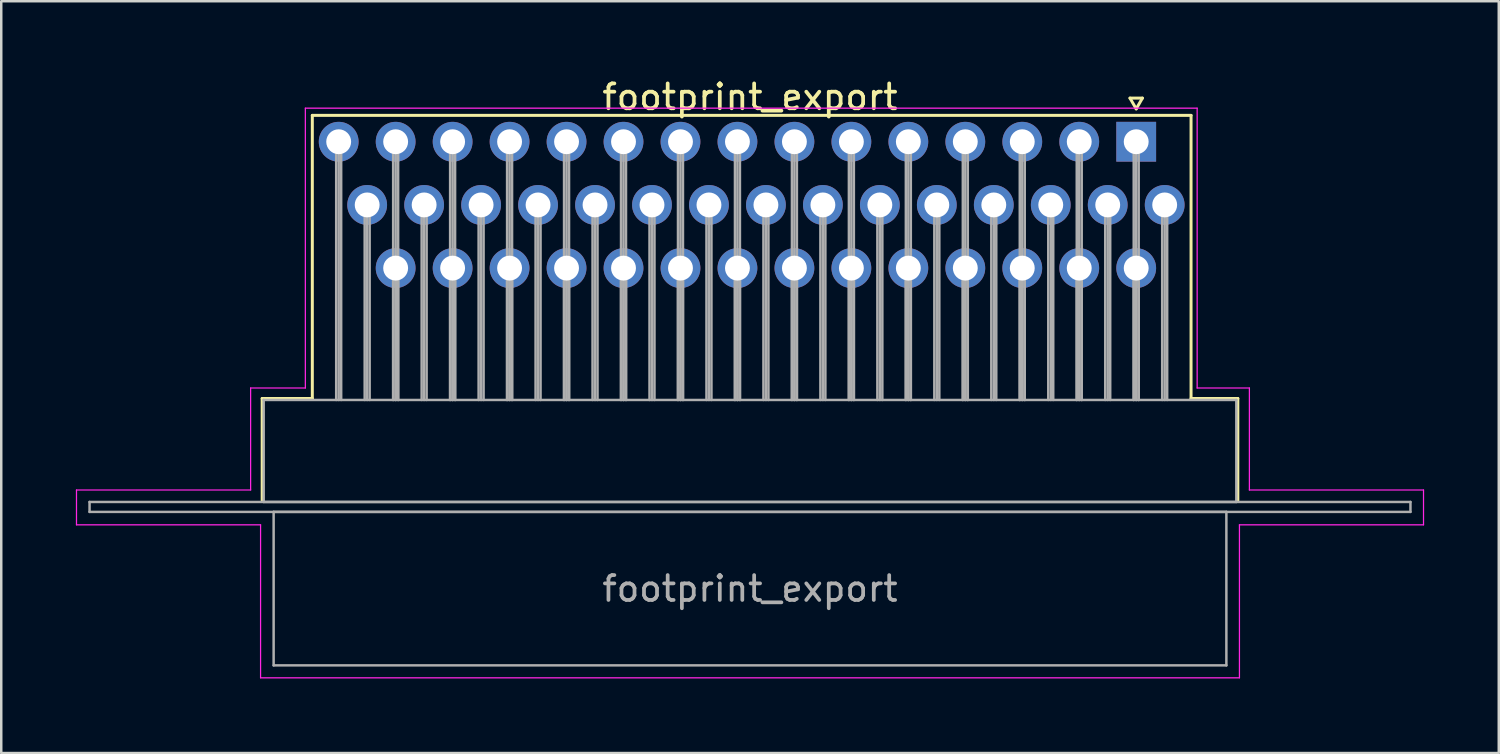
<source format=kicad_pcb>
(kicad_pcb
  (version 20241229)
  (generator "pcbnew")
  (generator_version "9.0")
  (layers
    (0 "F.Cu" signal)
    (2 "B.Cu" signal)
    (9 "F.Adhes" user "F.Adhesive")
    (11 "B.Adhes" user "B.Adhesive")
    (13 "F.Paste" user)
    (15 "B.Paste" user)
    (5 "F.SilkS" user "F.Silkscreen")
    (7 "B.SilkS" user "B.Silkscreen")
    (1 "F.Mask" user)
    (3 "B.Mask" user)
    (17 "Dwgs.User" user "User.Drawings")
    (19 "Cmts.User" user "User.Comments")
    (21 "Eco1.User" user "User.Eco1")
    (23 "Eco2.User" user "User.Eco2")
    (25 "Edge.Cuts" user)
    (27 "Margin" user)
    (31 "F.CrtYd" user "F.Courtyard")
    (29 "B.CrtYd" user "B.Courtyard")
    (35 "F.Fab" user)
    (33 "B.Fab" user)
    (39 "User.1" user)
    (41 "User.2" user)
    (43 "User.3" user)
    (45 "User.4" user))
  (footprint "footprint_export"
    (layer "F.Cu")
    (at 42.625 2.648)
    (property "Reference" "footprint_export" (at -15.525 -1.8 0) (layer "F.SilkS") (effects (font (size 1 1) (thickness 0.15))))
    (attr through_hole)
    (fp_line (start -35.135 10.32) (end -33.12 10.32) (stroke (width 0.12) (type solid)) (layer "F.SilkS"))
    (fp_line (start -35.135 14.42) (end -35.135 10.32) (stroke (width 0.12) (type solid)) (layer "F.SilkS"))
    (fp_line (start -33.12 -1.06) (end 2.205 -1.06) (stroke (width 0.12) (type solid)) (layer "F.SilkS"))
    (fp_line (start -33.12 10.32) (end -33.12 -1.06) (stroke (width 0.12) (type solid)) (layer "F.SilkS"))
    (fp_line (start -0.25 -1.754) (end 0.25 -1.754) (stroke (width 0.12) (type solid)) (layer "F.SilkS"))
    (fp_line (start 0 -1.321) (end -0.25 -1.754) (stroke (width 0.12) (type solid)) (layer "F.SilkS"))
    (fp_line (start 0.25 -1.754) (end 0 -1.321) (stroke (width 0.12) (type solid)) (layer "F.SilkS"))
    (fp_line (start 2.205 -1.06) (end 2.205 10.32) (stroke (width 0.12) (type solid)) (layer "F.SilkS"))
    (fp_line (start 2.205 10.32) (end 4.085 10.32) (stroke (width 0.12) (type solid)) (layer "F.SilkS"))
    (fp_line (start 4.085 10.32) (end 4.085 14.42) (stroke (width 0.12) (type solid)) (layer "F.SilkS"))
    (fp_line (start -42.6 14) (end -35.6 14) (stroke (width 0.05) (type solid)) (layer "F.CrtYd"))
    (fp_line (start -42.6 15.4) (end -42.6 14) (stroke (width 0.05) (type solid)) (layer "F.CrtYd"))
    (fp_line (start -35.6 9.9) (end -33.4 9.9) (stroke (width 0.05) (type solid)) (layer "F.CrtYd"))
    (fp_line (start -35.6 14) (end -35.6 9.9) (stroke (width 0.05) (type solid)) (layer "F.CrtYd"))
    (fp_line (start -35.2 15.4) (end -42.6 15.4) (stroke (width 0.05) (type solid)) (layer "F.CrtYd"))
    (fp_line (start -35.2 21.55) (end -35.2 15.4) (stroke (width 0.05) (type solid)) (layer "F.CrtYd"))
    (fp_line (start -33.4 -1.35) (end 2.45 -1.35) (stroke (width 0.05) (type solid)) (layer "F.CrtYd"))
    (fp_line (start -33.4 9.9) (end -33.4 -1.35) (stroke (width 0.05) (type solid)) (layer "F.CrtYd"))
    (fp_line (start 2.45 -1.35) (end 2.45 9.9) (stroke (width 0.05) (type solid)) (layer "F.CrtYd"))
    (fp_line (start 2.45 9.9) (end 4.55 9.9) (stroke (width 0.05) (type solid)) (layer "F.CrtYd"))
    (fp_line (start 4.15 15.4) (end 4.15 21.55) (stroke (width 0.05) (type solid)) (layer "F.CrtYd"))
    (fp_line (start 4.15 21.55) (end -35.2 21.55) (stroke (width 0.05) (type solid)) (layer "F.CrtYd"))
    (fp_line (start 4.55 9.9) (end 4.55 14) (stroke (width 0.05) (type solid)) (layer "F.CrtYd"))
    (fp_line (start 4.55 14) (end 11.55 14) (stroke (width 0.05) (type solid)) (layer "F.CrtYd"))
    (fp_line (start 11.55 14) (end 11.55 15.4) (stroke (width 0.05) (type solid)) (layer "F.CrtYd"))
    (fp_line (start 11.55 15.4) (end 4.15 15.4) (stroke (width 0.05) (type solid)) (layer "F.CrtYd"))
    (fp_line (start -42.075 14.48) (end -42.075 14.88) (stroke (width 0.1) (type solid)) (layer "F.Fab"))
    (fp_line (start -42.075 14.88) (end 11.025 14.88) (stroke (width 0.1) (type solid)) (layer "F.Fab"))
    (fp_line (start -35.075 10.38) (end -35.075 14.48) (stroke (width 0.1) (type solid)) (layer "F.Fab"))
    (fp_line (start -35.075 14.48) (end 4.025 14.48) (stroke (width 0.1) (type solid)) (layer "F.Fab"))
    (fp_line (start -34.675 14.88) (end -34.675 21.05) (stroke (width 0.1) (type solid)) (layer "F.Fab"))
    (fp_line (start -34.675 21.05) (end 3.625 21.05) (stroke (width 0.1) (type solid)) (layer "F.Fab"))
    (fp_line (start -32.16 0) (end -32.16 10.38) (stroke (width 0.1) (type solid)) (layer "F.Fab"))
    (fp_line (start -32.06 0) (end -32.06 10.38) (stroke (width 0.1) (type solid)) (layer "F.Fab"))
    (fp_line (start -31.96 0) (end -31.96 10.38) (stroke (width 0.1) (type solid)) (layer "F.Fab"))
    (fp_line (start -31.015 2.54) (end -31.015 10.38) (stroke (width 0.1) (type solid)) (layer "F.Fab"))
    (fp_line (start -30.915 2.54) (end -30.915 10.38) (stroke (width 0.1) (type solid)) (layer "F.Fab"))
    (fp_line (start -30.815 2.54) (end -30.815 10.38) (stroke (width 0.1) (type solid)) (layer "F.Fab"))
    (fp_line (start -29.87 0) (end -29.87 10.38) (stroke (width 0.1) (type solid)) (layer "F.Fab"))
    (fp_line (start -29.87 5.08) (end -29.87 10.38) (stroke (width 0.1) (type solid)) (layer "F.Fab"))
    (fp_line (start -29.77 0) (end -29.77 10.38) (stroke (width 0.1) (type solid)) (layer "F.Fab"))
    (fp_line (start -29.77 5.08) (end -29.77 10.38) (stroke (width 0.1) (type solid)) (layer "F.Fab"))
    (fp_line (start -29.67 0) (end -29.67 10.38) (stroke (width 0.1) (type solid)) (layer "F.Fab"))
    (fp_line (start -29.67 5.08) (end -29.67 10.38) (stroke (width 0.1) (type solid)) (layer "F.Fab"))
    (fp_line (start -28.725 2.54) (end -28.725 10.38) (stroke (width 0.1) (type solid)) (layer "F.Fab"))
    (fp_line (start -28.625 2.54) (end -28.625 10.38) (stroke (width 0.1) (type solid)) (layer "F.Fab"))
    (fp_line (start -28.525 2.54) (end -28.525 10.38) (stroke (width 0.1) (type solid)) (layer "F.Fab"))
    (fp_line (start -27.58 0) (end -27.58 10.38) (stroke (width 0.1) (type solid)) (layer "F.Fab"))
    (fp_line (start -27.58 5.08) (end -27.58 10.38) (stroke (width 0.1) (type solid)) (layer "F.Fab"))
    (fp_line (start -27.48 0) (end -27.48 10.38) (stroke (width 0.1) (type solid)) (layer "F.Fab"))
    (fp_line (start -27.48 5.08) (end -27.48 10.38) (stroke (width 0.1) (type solid)) (layer "F.Fab"))
    (fp_line (start -27.38 0) (end -27.38 10.38) (stroke (width 0.1) (type solid)) (layer "F.Fab"))
    (fp_line (start -27.38 5.08) (end -27.38 10.38) (stroke (width 0.1) (type solid)) (layer "F.Fab"))
    (fp_line (start -26.435 2.54) (end -26.435 10.38) (stroke (width 0.1) (type solid)) (layer "F.Fab"))
    (fp_line (start -26.335 2.54) (end -26.335 10.38) (stroke (width 0.1) (type solid)) (layer "F.Fab"))
    (fp_line (start -26.235 2.54) (end -26.235 10.38) (stroke (width 0.1) (type solid)) (layer "F.Fab"))
    (fp_line (start -25.29 0) (end -25.29 10.38) (stroke (width 0.1) (type solid)) (layer "F.Fab"))
    (fp_line (start -25.29 5.08) (end -25.29 10.38) (stroke (width 0.1) (type solid)) (layer "F.Fab"))
    (fp_line (start -25.19 0) (end -25.19 10.38) (stroke (width 0.1) (type solid)) (layer "F.Fab"))
    (fp_line (start -25.19 5.08) (end -25.19 10.38) (stroke (width 0.1) (type solid)) (layer "F.Fab"))
    (fp_line (start -25.09 0) (end -25.09 10.38) (stroke (width 0.1) (type solid)) (layer "F.Fab"))
    (fp_line (start -25.09 5.08) (end -25.09 10.38) (stroke (width 0.1) (type solid)) (layer "F.Fab"))
    (fp_line (start -24.145 2.54) (end -24.145 10.38) (stroke (width 0.1) (type solid)) (layer "F.Fab"))
    (fp_line (start -24.045 2.54) (end -24.045 10.38) (stroke (width 0.1) (type solid)) (layer "F.Fab"))
    (fp_line (start -23.945 2.54) (end -23.945 10.38) (stroke (width 0.1) (type solid)) (layer "F.Fab"))
    (fp_line (start -23 0) (end -23 10.38) (stroke (width 0.1) (type solid)) (layer "F.Fab"))
    (fp_line (start -23 5.08) (end -23 10.38) (stroke (width 0.1) (type solid)) (layer "F.Fab"))
    (fp_line (start -22.9 0) (end -22.9 10.38) (stroke (width 0.1) (type solid)) (layer "F.Fab"))
    (fp_line (start -22.9 5.08) (end -22.9 10.38) (stroke (width 0.1) (type solid)) (layer "F.Fab"))
    (fp_line (start -22.8 0) (end -22.8 10.38) (stroke (width 0.1) (type solid)) (layer "F.Fab"))
    (fp_line (start -22.8 5.08) (end -22.8 10.38) (stroke (width 0.1) (type solid)) (layer "F.Fab"))
    (fp_line (start -21.855 2.54) (end -21.855 10.38) (stroke (width 0.1) (type solid)) (layer "F.Fab"))
    (fp_line (start -21.755 2.54) (end -21.755 10.38) (stroke (width 0.1) (type solid)) (layer "F.Fab"))
    (fp_line (start -21.655 2.54) (end -21.655 10.38) (stroke (width 0.1) (type solid)) (layer "F.Fab"))
    (fp_line (start -20.71 0) (end -20.71 10.38) (stroke (width 0.1) (type solid)) (layer "F.Fab"))
    (fp_line (start -20.71 5.08) (end -20.71 10.38) (stroke (width 0.1) (type solid)) (layer "F.Fab"))
    (fp_line (start -20.61 0) (end -20.61 10.38) (stroke (width 0.1) (type solid)) (layer "F.Fab"))
    (fp_line (start -20.61 5.08) (end -20.61 10.38) (stroke (width 0.1) (type solid)) (layer "F.Fab"))
    (fp_line (start -20.51 0) (end -20.51 10.38) (stroke (width 0.1) (type solid)) (layer "F.Fab"))
    (fp_line (start -20.51 5.08) (end -20.51 10.38) (stroke (width 0.1) (type solid)) (layer "F.Fab"))
    (fp_line (start -19.565 2.54) (end -19.565 10.38) (stroke (width 0.1) (type solid)) (layer "F.Fab"))
    (fp_line (start -19.465 2.54) (end -19.465 10.38) (stroke (width 0.1) (type solid)) (layer "F.Fab"))
    (fp_line (start -19.365 2.54) (end -19.365 10.38) (stroke (width 0.1) (type solid)) (layer "F.Fab"))
    (fp_line (start -18.42 0) (end -18.42 10.38) (stroke (width 0.1) (type solid)) (layer "F.Fab"))
    (fp_line (start -18.42 5.08) (end -18.42 10.38) (stroke (width 0.1) (type solid)) (layer "F.Fab"))
    (fp_line (start -18.32 0) (end -18.32 10.38) (stroke (width 0.1) (type solid)) (layer "F.Fab"))
    (fp_line (start -18.32 5.08) (end -18.32 10.38) (stroke (width 0.1) (type solid)) (layer "F.Fab"))
    (fp_line (start -18.22 0) (end -18.22 10.38) (stroke (width 0.1) (type solid)) (layer "F.Fab"))
    (fp_line (start -18.22 5.08) (end -18.22 10.38) (stroke (width 0.1) (type solid)) (layer "F.Fab"))
    (fp_line (start -17.275 2.54) (end -17.275 10.38) (stroke (width 0.1) (type solid)) (layer "F.Fab"))
    (fp_line (start -17.175 2.54) (end -17.175 10.38) (stroke (width 0.1) (type solid)) (layer "F.Fab"))
    (fp_line (start -17.075 2.54) (end -17.075 10.38) (stroke (width 0.1) (type solid)) (layer "F.Fab"))
    (fp_line (start -16.13 0) (end -16.13 10.38) (stroke (width 0.1) (type solid)) (layer "F.Fab"))
    (fp_line (start -16.13 5.08) (end -16.13 10.38) (stroke (width 0.1) (type solid)) (layer "F.Fab"))
    (fp_line (start -16.03 0) (end -16.03 10.38) (stroke (width 0.1) (type solid)) (layer "F.Fab"))
    (fp_line (start -16.03 5.08) (end -16.03 10.38) (stroke (width 0.1) (type solid)) (layer "F.Fab"))
    (fp_line (start -15.93 0) (end -15.93 10.38) (stroke (width 0.1) (type solid)) (layer "F.Fab"))
    (fp_line (start -15.93 5.08) (end -15.93 10.38) (stroke (width 0.1) (type solid)) (layer "F.Fab"))
    (fp_line (start -14.985 2.54) (end -14.985 10.38) (stroke (width 0.1) (type solid)) (layer "F.Fab"))
    (fp_line (start -14.885 2.54) (end -14.885 10.38) (stroke (width 0.1) (type solid)) (layer "F.Fab"))
    (fp_line (start -14.785 2.54) (end -14.785 10.38) (stroke (width 0.1) (type solid)) (layer "F.Fab"))
    (fp_line (start -13.84 0) (end -13.84 10.38) (stroke (width 0.1) (type solid)) (layer "F.Fab"))
    (fp_line (start -13.84 5.08) (end -13.84 10.38) (stroke (width 0.1) (type solid)) (layer "F.Fab"))
    (fp_line (start -13.74 0) (end -13.74 10.38) (stroke (width 0.1) (type solid)) (layer "F.Fab"))
    (fp_line (start -13.74 5.08) (end -13.74 10.38) (stroke (width 0.1) (type solid)) (layer "F.Fab"))
    (fp_line (start -13.64 0) (end -13.64 10.38) (stroke (width 0.1) (type solid)) (layer "F.Fab"))
    (fp_line (start -13.64 5.08) (end -13.64 10.38) (stroke (width 0.1) (type solid)) (layer "F.Fab"))
    (fp_line (start -12.695 2.54) (end -12.695 10.38) (stroke (width 0.1) (type solid)) (layer "F.Fab"))
    (fp_line (start -12.595 2.54) (end -12.595 10.38) (stroke (width 0.1) (type solid)) (layer "F.Fab"))
    (fp_line (start -12.495 2.54) (end -12.495 10.38) (stroke (width 0.1) (type solid)) (layer "F.Fab"))
    (fp_line (start -11.55 0) (end -11.55 10.38) (stroke (width 0.1) (type solid)) (layer "F.Fab"))
    (fp_line (start -11.55 5.08) (end -11.55 10.38) (stroke (width 0.1) (type solid)) (layer "F.Fab"))
    (fp_line (start -11.45 0) (end -11.45 10.38) (stroke (width 0.1) (type solid)) (layer "F.Fab"))
    (fp_line (start -11.45 5.08) (end -11.45 10.38) (stroke (width 0.1) (type solid)) (layer "F.Fab"))
    (fp_line (start -11.35 0) (end -11.35 10.38) (stroke (width 0.1) (type solid)) (layer "F.Fab"))
    (fp_line (start -11.35 5.08) (end -11.35 10.38) (stroke (width 0.1) (type solid)) (layer "F.Fab"))
    (fp_line (start -10.405 2.54) (end -10.405 10.38) (stroke (width 0.1) (type solid)) (layer "F.Fab"))
    (fp_line (start -10.305 2.54) (end -10.305 10.38) (stroke (width 0.1) (type solid)) (layer "F.Fab"))
    (fp_line (start -10.205 2.54) (end -10.205 10.38) (stroke (width 0.1) (type solid)) (layer "F.Fab"))
    (fp_line (start -9.26 0) (end -9.26 10.38) (stroke (width 0.1) (type solid)) (layer "F.Fab"))
    (fp_line (start -9.26 5.08) (end -9.26 10.38) (stroke (width 0.1) (type solid)) (layer "F.Fab"))
    (fp_line (start -9.16 0) (end -9.16 10.38) (stroke (width 0.1) (type solid)) (layer "F.Fab"))
    (fp_line (start -9.16 5.08) (end -9.16 10.38) (stroke (width 0.1) (type solid)) (layer "F.Fab"))
    (fp_line (start -9.06 0) (end -9.06 10.38) (stroke (width 0.1) (type solid)) (layer "F.Fab"))
    (fp_line (start -9.06 5.08) (end -9.06 10.38) (stroke (width 0.1) (type solid)) (layer "F.Fab"))
    (fp_line (start -8.115 2.54) (end -8.115 10.38) (stroke (width 0.1) (type solid)) (layer "F.Fab"))
    (fp_line (start -8.015 2.54) (end -8.015 10.38) (stroke (width 0.1) (type solid)) (layer "F.Fab"))
    (fp_line (start -7.915 2.54) (end -7.915 10.38) (stroke (width 0.1) (type solid)) (layer "F.Fab"))
    (fp_line (start -6.97 0) (end -6.97 10.38) (stroke (width 0.1) (type solid)) (layer "F.Fab"))
    (fp_line (start -6.97 5.08) (end -6.97 10.38) (stroke (width 0.1) (type solid)) (layer "F.Fab"))
    (fp_line (start -6.87 0) (end -6.87 10.38) (stroke (width 0.1) (type solid)) (layer "F.Fab"))
    (fp_line (start -6.87 5.08) (end -6.87 10.38) (stroke (width 0.1) (type solid)) (layer "F.Fab"))
    (fp_line (start -6.77 0) (end -6.77 10.38) (stroke (width 0.1) (type solid)) (layer "F.Fab"))
    (fp_line (start -6.77 5.08) (end -6.77 10.38) (stroke (width 0.1) (type solid)) (layer "F.Fab"))
    (fp_line (start -5.825 2.54) (end -5.825 10.38) (stroke (width 0.1) (type solid)) (layer "F.Fab"))
    (fp_line (start -5.725 2.54) (end -5.725 10.38) (stroke (width 0.1) (type solid)) (layer "F.Fab"))
    (fp_line (start -5.625 2.54) (end -5.625 10.38) (stroke (width 0.1) (type solid)) (layer "F.Fab"))
    (fp_line (start -4.68 0) (end -4.68 10.38) (stroke (width 0.1) (type solid)) (layer "F.Fab"))
    (fp_line (start -4.68 5.08) (end -4.68 10.38) (stroke (width 0.1) (type solid)) (layer "F.Fab"))
    (fp_line (start -4.58 0) (end -4.58 10.38) (stroke (width 0.1) (type solid)) (layer "F.Fab"))
    (fp_line (start -4.58 5.08) (end -4.58 10.38) (stroke (width 0.1) (type solid)) (layer "F.Fab"))
    (fp_line (start -4.48 0) (end -4.48 10.38) (stroke (width 0.1) (type solid)) (layer "F.Fab"))
    (fp_line (start -4.48 5.08) (end -4.48 10.38) (stroke (width 0.1) (type solid)) (layer "F.Fab"))
    (fp_line (start -3.535 2.54) (end -3.535 10.38) (stroke (width 0.1) (type solid)) (layer "F.Fab"))
    (fp_line (start -3.435 2.54) (end -3.435 10.38) (stroke (width 0.1) (type solid)) (layer "F.Fab"))
    (fp_line (start -3.335 2.54) (end -3.335 10.38) (stroke (width 0.1) (type solid)) (layer "F.Fab"))
    (fp_line (start -2.39 0) (end -2.39 10.38) (stroke (width 0.1) (type solid)) (layer "F.Fab"))
    (fp_line (start -2.39 5.08) (end -2.39 10.38) (stroke (width 0.1) (type solid)) (layer "F.Fab"))
    (fp_line (start -2.29 0) (end -2.29 10.38) (stroke (width 0.1) (type solid)) (layer "F.Fab"))
    (fp_line (start -2.29 5.08) (end -2.29 10.38) (stroke (width 0.1) (type solid)) (layer "F.Fab"))
    (fp_line (start -2.19 0) (end -2.19 10.38) (stroke (width 0.1) (type solid)) (layer "F.Fab"))
    (fp_line (start -2.19 5.08) (end -2.19 10.38) (stroke (width 0.1) (type solid)) (layer "F.Fab"))
    (fp_line (start -1.245 2.54) (end -1.245 10.38) (stroke (width 0.1) (type solid)) (layer "F.Fab"))
    (fp_line (start -1.145 2.54) (end -1.145 10.38) (stroke (width 0.1) (type solid)) (layer "F.Fab"))
    (fp_line (start -1.045 2.54) (end -1.045 10.38) (stroke (width 0.1) (type solid)) (layer "F.Fab"))
    (fp_line (start -0.1 0) (end -0.1 10.38) (stroke (width 0.1) (type solid)) (layer "F.Fab"))
    (fp_line (start -0.1 5.08) (end -0.1 10.38) (stroke (width 0.1) (type solid)) (layer "F.Fab"))
    (fp_line (start 0 0) (end 0 10.38) (stroke (width 0.1) (type solid)) (layer "F.Fab"))
    (fp_line (start 0 5.08) (end 0 10.38) (stroke (width 0.1) (type solid)) (layer "F.Fab"))
    (fp_line (start 0.1 0) (end 0.1 10.38) (stroke (width 0.1) (type solid)) (layer "F.Fab"))
    (fp_line (start 0.1 5.08) (end 0.1 10.38) (stroke (width 0.1) (type solid)) (layer "F.Fab"))
    (fp_line (start 1.045 2.54) (end 1.045 10.38) (stroke (width 0.1) (type solid)) (layer "F.Fab"))
    (fp_line (start 1.145 2.54) (end 1.145 10.38) (stroke (width 0.1) (type solid)) (layer "F.Fab"))
    (fp_line (start 1.245 2.54) (end 1.245 10.38) (stroke (width 0.1) (type solid)) (layer "F.Fab"))
    (fp_line (start 3.625 14.88) (end -34.675 14.88) (stroke (width 0.1) (type solid)) (layer "F.Fab"))
    (fp_line (start 3.625 21.05) (end 3.625 14.88) (stroke (width 0.1) (type solid)) (layer "F.Fab"))
    (fp_line (start 4.025 10.38) (end -35.075 10.38) (stroke (width 0.1) (type solid)) (layer "F.Fab"))
    (fp_line (start 4.025 14.48) (end 4.025 10.38) (stroke (width 0.1) (type solid)) (layer "F.Fab"))
    (fp_line (start 11.025 14.48) (end -42.075 14.48) (stroke (width 0.1) (type solid)) (layer "F.Fab"))
    (fp_line (start 11.025 14.88) (end 11.025 14.48) (stroke (width 0.1) (type solid)) (layer "F.Fab"))
    (fp_text user "${REFERENCE}" (at -15.525 17.965 0) (layer "F.Fab") (effects (font (size 1 1) (thickness 0.15))))
    (pad "1" thru_hole rect (at 0 0) (size 1.6 1.6) (drill 1) (layers "*.Cu" "*.Mask"))
    (pad "2" thru_hole circle (at -2.29 0) (size 1.6 1.6) (drill 1) (layers "*.Cu" "*.Mask"))
    (pad "3" thru_hole circle (at -4.58 0) (size 1.6 1.6) (drill 1) (layers "*.Cu" "*.Mask"))
    (pad "4" thru_hole circle (at -6.87 0) (size 1.6 1.6) (drill 1) (layers "*.Cu" "*.Mask"))
    (pad "5" thru_hole circle (at -9.16 0) (size 1.6 1.6) (drill 1) (layers "*.Cu" "*.Mask"))
    (pad "6" thru_hole circle (at -11.45 0) (size 1.6 1.6) (drill 1) (layers "*.Cu" "*.Mask"))
    (pad "7" thru_hole circle (at -13.74 0) (size 1.6 1.6) (drill 1) (layers "*.Cu" "*.Mask"))
    (pad "8" thru_hole circle (at -16.03 0) (size 1.6 1.6) (drill 1) (layers "*.Cu" "*.Mask"))
    (pad "9" thru_hole circle (at -18.32 0) (size 1.6 1.6) (drill 1) (layers "*.Cu" "*.Mask"))
    (pad "10" thru_hole circle (at -20.61 0) (size 1.6 1.6) (drill 1) (layers "*.Cu" "*.Mask"))
    (pad "11" thru_hole circle (at -22.9 0) (size 1.6 1.6) (drill 1) (layers "*.Cu" "*.Mask"))
    (pad "12" thru_hole circle (at -25.19 0) (size 1.6 1.6) (drill 1) (layers "*.Cu" "*.Mask"))
    (pad "13" thru_hole circle (at -27.48 0) (size 1.6 1.6) (drill 1) (layers "*.Cu" "*.Mask"))
    (pad "14" thru_hole circle (at -29.77 0) (size 1.6 1.6) (drill 1) (layers "*.Cu" "*.Mask"))
    (pad "15" thru_hole circle (at -32.06 0) (size 1.6 1.6) (drill 1) (layers "*.Cu" "*.Mask"))
    (pad "16" thru_hole circle (at 1.145 2.54) (size 1.6 1.6) (drill 1) (layers "*.Cu" "*.Mask"))
    (pad "17" thru_hole circle (at -1.145 2.54) (size 1.6 1.6) (drill 1) (layers "*.Cu" "*.Mask"))
    (pad "18" thru_hole circle (at -3.435 2.54) (size 1.6 1.6) (drill 1) (layers "*.Cu" "*.Mask"))
    (pad "19" thru_hole circle (at -5.725 2.54) (size 1.6 1.6) (drill 1) (layers "*.Cu" "*.Mask"))
    (pad "20" thru_hole circle (at -8.015 2.54) (size 1.6 1.6) (drill 1) (layers "*.Cu" "*.Mask"))
    (pad "21" thru_hole circle (at -10.305 2.54) (size 1.6 1.6) (drill 1) (layers "*.Cu" "*.Mask"))
    (pad "22" thru_hole circle (at -12.595 2.54) (size 1.6 1.6) (drill 1) (layers "*.Cu" "*.Mask"))
    (pad "23" thru_hole circle (at -14.885 2.54) (size 1.6 1.6) (drill 1) (layers "*.Cu" "*.Mask"))
    (pad "24" thru_hole circle (at -17.175 2.54) (size 1.6 1.6) (drill 1) (layers "*.Cu" "*.Mask"))
    (pad "25" thru_hole circle (at -19.465 2.54) (size 1.6 1.6) (drill 1) (layers "*.Cu" "*.Mask"))
    (pad "26" thru_hole circle (at -21.755 2.54) (size 1.6 1.6) (drill 1) (layers "*.Cu" "*.Mask"))
    (pad "27" thru_hole circle (at -24.045 2.54) (size 1.6 1.6) (drill 1) (layers "*.Cu" "*.Mask"))
    (pad "28" thru_hole circle (at -26.335 2.54) (size 1.6 1.6) (drill 1) (layers "*.Cu" "*.Mask"))
    (pad "29" thru_hole circle (at -28.625 2.54) (size 1.6 1.6) (drill 1) (layers "*.Cu" "*.Mask"))
    (pad "30" thru_hole circle (at -30.915 2.54) (size 1.6 1.6) (drill 1) (layers "*.Cu" "*.Mask"))
    (pad "31" thru_hole circle (at 0 5.08) (size 1.6 1.6) (drill 1) (layers "*.Cu" "*.Mask"))
    (pad "32" thru_hole circle (at -2.29 5.08) (size 1.6 1.6) (drill 1) (layers "*.Cu" "*.Mask"))
    (pad "33" thru_hole circle (at -4.58 5.08) (size 1.6 1.6) (drill 1) (layers "*.Cu" "*.Mask"))
    (pad "34" thru_hole circle (at -6.87 5.08) (size 1.6 1.6) (drill 1) (layers "*.Cu" "*.Mask"))
    (pad "35" thru_hole circle (at -9.16 5.08) (size 1.6 1.6) (drill 1) (layers "*.Cu" "*.Mask"))
    (pad "36" thru_hole circle (at -11.45 5.08) (size 1.6 1.6) (drill 1) (layers "*.Cu" "*.Mask"))
    (pad "37" thru_hole circle (at -13.74 5.08) (size 1.6 1.6) (drill 1) (layers "*.Cu" "*.Mask"))
    (pad "38" thru_hole circle (at -16.03 5.08) (size 1.6 1.6) (drill 1) (layers "*.Cu" "*.Mask"))
    (pad "39" thru_hole circle (at -18.32 5.08) (size 1.6 1.6) (drill 1) (layers "*.Cu" "*.Mask"))
    (pad "40" thru_hole circle (at -20.61 5.08) (size 1.6 1.6) (drill 1) (layers "*.Cu" "*.Mask"))
    (pad "41" thru_hole circle (at -22.9 5.08) (size 1.6 1.6) (drill 1) (layers "*.Cu" "*.Mask"))
    (pad "42" thru_hole circle (at -25.19 5.08) (size 1.6 1.6) (drill 1) (layers "*.Cu" "*.Mask"))
    (pad "43" thru_hole circle (at -27.48 5.08) (size 1.6 1.6) (drill 1) (layers "*.Cu" "*.Mask"))
    (pad "44" thru_hole circle (at -29.77 5.08) (size 1.6 1.6) (drill 1) (layers "*.Cu" "*.Mask")))
  (gr_rect
    (start -3 -3)
    (end 57.2 27.223)
    (stroke (width 0.1) (type default))
    (fill no)
    (layer "Edge.Cuts")))
</source>
